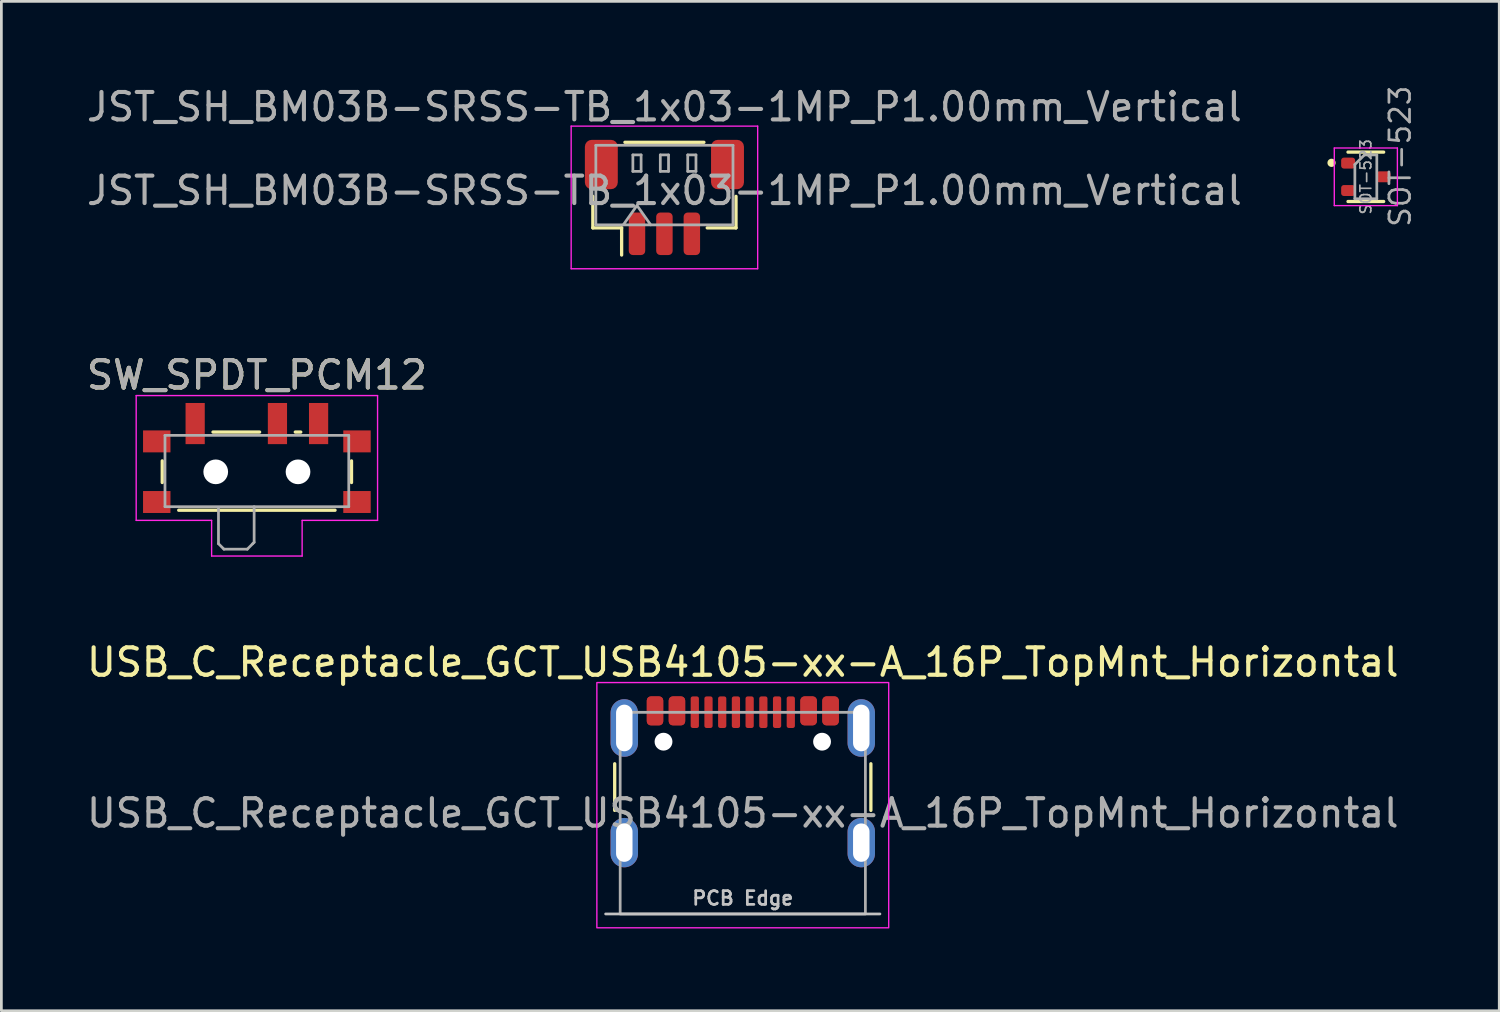
<source format=kicad_pcb>
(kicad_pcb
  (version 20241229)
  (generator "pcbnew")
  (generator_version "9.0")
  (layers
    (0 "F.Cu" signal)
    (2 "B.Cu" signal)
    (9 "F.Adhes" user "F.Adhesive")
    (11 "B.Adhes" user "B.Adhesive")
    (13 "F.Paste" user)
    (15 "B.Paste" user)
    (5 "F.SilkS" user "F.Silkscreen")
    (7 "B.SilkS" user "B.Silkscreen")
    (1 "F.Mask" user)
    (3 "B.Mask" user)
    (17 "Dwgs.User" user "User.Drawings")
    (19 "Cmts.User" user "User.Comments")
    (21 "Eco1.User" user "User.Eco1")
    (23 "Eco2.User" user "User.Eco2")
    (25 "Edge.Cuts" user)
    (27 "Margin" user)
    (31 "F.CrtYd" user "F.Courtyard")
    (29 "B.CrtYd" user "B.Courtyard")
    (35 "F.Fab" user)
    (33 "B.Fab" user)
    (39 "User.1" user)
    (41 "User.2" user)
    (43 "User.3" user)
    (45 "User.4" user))
  (footprint "SOT-523"
    (layer "F.Cu")
    (at 46.745 3.396)
    (property "Reference" "SOT-523" (at 1.25 -0.75 90) (layer "F.Fab") (effects (font (size 0.75 0.75) (thickness 0.1))))
    (attr smd)
    (fp_line (start 0.65 -0.9) (end -0.65 -0.9) (stroke (width 0.12) (type solid)) (layer "F.SilkS"))
    (fp_line (start 0.65 0.9) (end -0.65 0.9) (stroke (width 0.12) (type solid)) (layer "F.SilkS"))
    (fp_circle (center -1.25 -0.51) (end -1.1 -0.51) (stroke (width 0) (type solid)) (fill yes) (layer "F.SilkS"))
    (fp_line (start -1.15 -1.05) (end -1.15 1.05) (stroke (width 0.05) (type solid)) (layer "F.CrtYd"))
    (fp_line (start -1.15 -1.05) (end 1.15 -1.05) (stroke (width 0.05) (type solid)) (layer "F.CrtYd"))
    (fp_line (start 1.15 1.05) (end -1.15 1.05) (stroke (width 0.05) (type solid)) (layer "F.CrtYd"))
    (fp_line (start 1.15 1.05) (end 1.15 -1.05) (stroke (width 0.05) (type solid)) (layer "F.CrtYd"))
    (fp_line (start -0.4 -0.45) (end -0.4 0.8) (stroke (width 0.1) (type solid)) (layer "F.Fab"))
    (fp_line (start -0.4 -0.45) (end -0.05 -0.8) (stroke (width 0.1) (type solid)) (layer "F.Fab"))
    (fp_line (start -0.4 0.8) (end 0.4 0.8) (stroke (width 0.1) (type solid)) (layer "F.Fab"))
    (fp_line (start 0.4 -0.8) (end -0.05 -0.8) (stroke (width 0.1) (type solid)) (layer "F.Fab"))
    (fp_line (start 0.4 0.8) (end 0.4 -0.8) (stroke (width 0.1) (type solid)) (layer "F.Fab"))
    (fp_text user "${REFERENCE}" (at 0 0 90) (layer "F.Fab") (effects (font (size 0.4 0.4) (thickness 0.062))))
    (pad "1" smd roundrect (at -0.645 -0.5 180) (size 0.51 0.4) (layers "F.Cu" "F.Mask" "F.Paste") (roundrect_rratio 0.25))
    (pad "2" smd roundrect (at -0.645 0.5 180) (size 0.51 0.4) (layers "F.Cu" "F.Mask" "F.Paste") (roundrect_rratio 0.25))
    (pad "3" smd roundrect (at 0.645 0 180) (size 0.51 0.4) (layers "F.Cu" "F.Mask" "F.Paste") (roundrect_rratio 0.25)))
  (footprint "SW_SPDT_PCM12"
    (layer "F.Cu")
    (at 6.315 13.822)
    (property "Reference" "SW_SPDT_PCM12" (at 0 -3.2 0) (layer "F.SilkS") (effects (font (size 1 1) (thickness 0.15))))
    (attr smd)
    (fp_line (start -3.45 -0.07) (end -3.45 0.72) (stroke (width 0.12) (type solid)) (layer "F.SilkS"))
    (fp_line (start -2.85 1.73) (end 2.85 1.73) (stroke (width 0.12) (type solid)) (layer "F.SilkS"))
    (fp_line (start -1.6 -1.12) (end 0.1 -1.12) (stroke (width 0.12) (type solid)) (layer "F.SilkS"))
    (fp_line (start 1.4 -1.12) (end 1.6 -1.12) (stroke (width 0.12) (type solid)) (layer "F.SilkS"))
    (fp_line (start 3.45 0.72) (end 3.45 -0.07) (stroke (width 0.12) (type solid)) (layer "F.SilkS"))
    (fp_line (start -4.4 -2.45) (end 4.4 -2.45) (stroke (width 0.05) (type solid)) (layer "F.CrtYd"))
    (fp_line (start -4.4 2.1) (end -4.4 -2.45) (stroke (width 0.05) (type solid)) (layer "F.CrtYd"))
    (fp_line (start -1.65 2.1) (end -4.4 2.1) (stroke (width 0.05) (type solid)) (layer "F.CrtYd"))
    (fp_line (start -1.65 3.4) (end -1.65 2.1) (stroke (width 0.05) (type solid)) (layer "F.CrtYd"))
    (fp_line (start 1.65 2.1) (end 1.65 3.4) (stroke (width 0.05) (type solid)) (layer "F.CrtYd"))
    (fp_line (start 1.65 3.4) (end -1.65 3.4) (stroke (width 0.05) (type solid)) (layer "F.CrtYd"))
    (fp_line (start 4.4 -2.45) (end 4.4 2.1) (stroke (width 0.05) (type solid)) (layer "F.CrtYd"))
    (fp_line (start 4.4 2.1) (end 1.65 2.1) (stroke (width 0.05) (type solid)) (layer "F.CrtYd"))
    (fp_line (start -3.35 -1) (end -3.35 1.6) (stroke (width 0.1) (type solid)) (layer "F.Fab"))
    (fp_line (start -3.35 1.6) (end 3.35 1.6) (stroke (width 0.1) (type solid)) (layer "F.Fab"))
    (fp_line (start -1.4 1.65) (end -1.4 2.95) (stroke (width 0.1) (type solid)) (layer "F.Fab"))
    (fp_line (start -1.4 2.95) (end -1.2 3.15) (stroke (width 0.1) (type solid)) (layer "F.Fab"))
    (fp_line (start -1.2 3.15) (end -0.35 3.15) (stroke (width 0.1) (type solid)) (layer "F.Fab"))
    (fp_line (start -0.35 3.15) (end -0.15 2.95) (stroke (width 0.1) (type solid)) (layer "F.Fab"))
    (fp_line (start -0.15 2.95) (end -0.1 2.9) (stroke (width 0.1) (type solid)) (layer "F.Fab"))
    (fp_line (start -0.1 2.9) (end -0.1 1.6) (stroke (width 0.1) (type solid)) (layer "F.Fab"))
    (fp_line (start 3.35 -1) (end -3.35 -1) (stroke (width 0.1) (type solid)) (layer "F.Fab"))
    (fp_line (start 3.35 1.6) (end 3.35 -1) (stroke (width 0.1) (type solid)) (layer "F.Fab"))
    (fp_text user "${REFERENCE}" (at 0 -3.2 0) (layer "F.Fab") (effects (font (size 1 1) (thickness 0.15))))
    (pad "" smd rect (at -3.65 -0.78) (size 1 0.8) (layers "F.Cu" "F.Mask" "F.Paste"))
    (pad "" smd rect (at -3.65 1.43) (size 1 0.8) (layers "F.Cu" "F.Mask" "F.Paste"))
    (pad "" np_thru_hole circle (at -1.5 0.33) (size 0.9 0.9) (drill 0.9) (layers "*.Cu" "*.Mask"))
    (pad "" np_thru_hole circle (at 1.5 0.33) (size 0.9 0.9) (drill 0.9) (layers "*.Cu" "*.Mask"))
    (pad "" smd rect (at 3.65 -0.78) (size 1 0.8) (layers "F.Cu" "F.Mask" "F.Paste"))
    (pad "" smd rect (at 3.65 1.43) (size 1 0.8) (layers "F.Cu" "F.Mask" "F.Paste"))
    (pad "1" smd rect (at -2.25 -1.43) (size 0.7 1.5) (layers "F.Cu" "F.Mask" "F.Paste"))
    (pad "2" smd rect (at 0.75 -1.43) (size 0.7 1.5) (layers "F.Cu" "F.Mask" "F.Paste"))
    (pad "3" smd rect (at 2.25 -1.43) (size 0.7 1.5) (layers "F.Cu" "F.Mask" "F.Paste")))
  (footprint "USB_C_Receptacle_GCT_USB4105-xx-A_16P_TopMnt_Horizontal"
    (layer "F.Cu")
    (at 24.03 26.595)
    (property "Reference" "USB_C_Receptacle_GCT_USB4105-xx-A_16P_TopMnt_Horizontal" (at 0 -5.5 0) (unlocked yes) (layer "F.SilkS") (effects (font (size 1 1) (thickness 0.15))))
    (attr smd)
    (fp_line (start -4.67 -0.1) (end -4.67 -1.8) (stroke (width 0.12) (type solid)) (layer "F.SilkS"))
    (fp_line (start 4.67 -0.1) (end 4.67 -1.8) (stroke (width 0.12) (type solid)) (layer "F.SilkS"))
    (fp_line (start 5 3.675) (end -5 3.675) (stroke (width 0.1) (type solid)) (layer "Dwgs.User"))
    (fp_rect (start -5.32 -4.76) (end 5.32 4.18) (stroke (width 0.05) (type solid)) (fill no) (layer "F.CrtYd"))
    (fp_rect (start -4.47 -3.675) (end 4.47 3.675) (stroke (width 0.1) (type solid)) (fill no) (layer "F.Fab"))
    (fp_text user "PCB Edge" (at 0 3.1 0) (unlocked yes) (layer "Dwgs.User") (effects (font (size 0.5 0.5) (thickness 0.1))))
    (fp_text user "${REFERENCE}" (at 0 0 0) (unlocked yes) (layer "F.Fab") (effects (font (size 1 1) (thickness 0.15))))
    (pad "" np_thru_hole circle (at -2.89 -2.605) (size 0.65 0.65) (drill 0.65) (layers "*.Cu" "*.Mask"))
    (pad "" np_thru_hole circle (at 2.89 -2.605) (size 0.65 0.65) (drill 0.65) (layers "*.Cu" "*.Mask"))
    (pad "A1" smd roundrect (at -3.2 -3.728) (size 0.6 1.055) (layers "F.Cu" "F.Mask" "F.Paste") (roundrect_rratio 0.25))
    (pad "A4" smd roundrect (at -2.4 -3.728) (size 0.6 1.055) (layers "F.Cu" "F.Mask" "F.Paste") (roundrect_rratio 0.25))
    (pad "A5" smd roundrect (at -1.25 -3.68) (size 0.3 1.15) (layers "F.Cu" "F.Mask" "F.Paste") (roundrect_rratio 0.25))
    (pad "A6" smd roundrect (at -0.25 -3.68) (size 0.3 1.15) (layers "F.Cu" "F.Mask" "F.Paste") (roundrect_rratio 0.25))
    (pad "A7" smd roundrect (at 0.25 -3.68) (size 0.3 1.15) (layers "F.Cu" "F.Mask" "F.Paste") (roundrect_rratio 0.25))
    (pad "A8" smd roundrect (at 1.25 -3.68) (size 0.3 1.15) (layers "F.Cu" "F.Mask" "F.Paste") (roundrect_rratio 0.25))
    (pad "A9" smd roundrect (at 2.4 -3.728) (size 0.6 1.055) (layers "F.Cu" "F.Mask" "F.Paste") (roundrect_rratio 0.25))
    (pad "A12" smd roundrect (at 3.2 -3.728) (size 0.6 1.055) (layers "F.Cu" "F.Mask" "F.Paste") (roundrect_rratio 0.25))
    (pad "B1" smd roundrect (at 3.2 -3.728) (size 0.6 1.055) (layers "F.Cu" "F.Mask" "F.Paste") (roundrect_rratio 0.25))
    (pad "B4" smd roundrect (at 2.4 -3.728) (size 0.6 1.055) (layers "F.Cu" "F.Mask" "F.Paste") (roundrect_rratio 0.25))
    (pad "B5" smd roundrect (at 1.75 -3.68) (size 0.3 1.15) (layers "F.Cu" "F.Mask" "F.Paste") (roundrect_rratio 0.25))
    (pad "B6" smd roundrect (at 0.75 -3.68) (size 0.3 1.15) (layers "F.Cu" "F.Mask" "F.Paste") (roundrect_rratio 0.25))
    (pad "B7" smd roundrect (at -0.75 -3.68) (size 0.3 1.15) (layers "F.Cu" "F.Mask" "F.Paste") (roundrect_rratio 0.25))
    (pad "B8" smd roundrect (at -1.75 -3.68) (size 0.3 1.15) (layers "F.Cu" "F.Mask" "F.Paste") (roundrect_rratio 0.25))
    (pad "B9" smd roundrect (at -2.4 -3.728) (size 0.6 1.055) (layers "F.Cu" "F.Mask" "F.Paste") (roundrect_rratio 0.25))
    (pad "B12" smd roundrect (at -3.2 -3.728) (size 0.6 1.055) (layers "F.Cu" "F.Mask" "F.Paste") (roundrect_rratio 0.25))
    (pad "S1" thru_hole oval (at -4.32 -3.105) (size 1 2.1) (drill oval 0.6 1.7) (layers "*.Cu" "*.Mask" "F.Paste"))
    (pad "S1" thru_hole oval (at -4.32 1.075) (size 1 1.8) (drill oval 0.6 1.4) (layers "*.Cu" "*.Mask" "F.Paste"))
    (pad "S1" thru_hole oval (at 4.32 -3.105) (size 1 2.1) (drill oval 0.6 1.7) (layers "*.Cu" "*.Mask" "F.Paste"))
    (pad "S1" thru_hole oval (at 4.32 1.075) (size 1 1.8) (drill oval 0.6 1.4) (layers "*.Cu" "*.Mask" "F.Paste")))
  (footprint "JST_SH_BM03B-SRSS-TB_1x03-1MP_P1.00mm_Vertical"
    (layer "F.Cu")
    (at 21.173 4.148)
    (property "Reference" "JST_SH_BM03B-SRSS-TB_1x03-1MP_P1.00mm_Vertical" (at 0 -3.3 0) (layer "F.Fab") (effects (font (size 1 1) (thickness 0.15))))
    (attr smd)
    (fp_line (start -2.61 -0.04) (end -2.61 1.11) (stroke (width 0.12) (type solid)) (layer "F.SilkS"))
    (fp_line (start -2.61 1.11) (end -1.56 1.11) (stroke (width 0.12) (type solid)) (layer "F.SilkS"))
    (fp_line (start -1.56 1.11) (end -1.56 2.1) (stroke (width 0.12) (type solid)) (layer "F.SilkS"))
    (fp_line (start -1.44 -2.01) (end 1.44 -2.01) (stroke (width 0.12) (type solid)) (layer "F.SilkS"))
    (fp_line (start 2.61 -0.04) (end 2.61 1.11) (stroke (width 0.12) (type solid)) (layer "F.SilkS"))
    (fp_line (start 2.61 1.11) (end 1.56 1.11) (stroke (width 0.12) (type solid)) (layer "F.SilkS"))
    (fp_line (start -3.4 -2.6) (end -3.4 2.6) (stroke (width 0.05) (type solid)) (layer "F.CrtYd"))
    (fp_line (start -3.4 2.6) (end 3.4 2.6) (stroke (width 0.05) (type solid)) (layer "F.CrtYd"))
    (fp_line (start 3.4 -2.6) (end -3.4 -2.6) (stroke (width 0.05) (type solid)) (layer "F.CrtYd"))
    (fp_line (start 3.4 2.6) (end 3.4 -2.6) (stroke (width 0.05) (type solid)) (layer "F.CrtYd"))
    (fp_line (start -2.5 -1.9) (end 2.5 -1.9) (stroke (width 0.1) (type solid)) (layer "F.Fab"))
    (fp_line (start -2.5 1) (end -2.5 -1.9) (stroke (width 0.1) (type solid)) (layer "F.Fab"))
    (fp_line (start -2.5 1) (end 2.5 1) (stroke (width 0.1) (type solid)) (layer "F.Fab"))
    (fp_line (start -1.5 1) (end -1 0.293) (stroke (width 0.1) (type solid)) (layer "F.Fab"))
    (fp_line (start -1.15 -1.55) (end -1.15 -0.95) (stroke (width 0.1) (type solid)) (layer "F.Fab"))
    (fp_line (start -1.15 -0.95) (end -0.85 -0.95) (stroke (width 0.1) (type solid)) (layer "F.Fab"))
    (fp_line (start -1 0.293) (end -0.5 1) (stroke (width 0.1) (type solid)) (layer "F.Fab"))
    (fp_line (start -0.85 -1.55) (end -1.15 -1.55) (stroke (width 0.1) (type solid)) (layer "F.Fab"))
    (fp_line (start -0.85 -0.95) (end -0.85 -1.55) (stroke (width 0.1) (type solid)) (layer "F.Fab"))
    (fp_line (start -0.15 -1.55) (end -0.15 -0.95) (stroke (width 0.1) (type solid)) (layer "F.Fab"))
    (fp_line (start -0.15 -0.95) (end 0.15 -0.95) (stroke (width 0.1) (type solid)) (layer "F.Fab"))
    (fp_line (start 0.15 -1.55) (end -0.15 -1.55) (stroke (width 0.1) (type solid)) (layer "F.Fab"))
    (fp_line (start 0.15 -0.95) (end 0.15 -1.55) (stroke (width 0.1) (type solid)) (layer "F.Fab"))
    (fp_line (start 0.85 -1.55) (end 0.85 -0.95) (stroke (width 0.1) (type solid)) (layer "F.Fab"))
    (fp_line (start 0.85 -0.95) (end 1.15 -0.95) (stroke (width 0.1) (type solid)) (layer "F.Fab"))
    (fp_line (start 1.15 -1.55) (end 0.85 -1.55) (stroke (width 0.1) (type solid)) (layer "F.Fab"))
    (fp_line (start 1.15 -0.95) (end 1.15 -1.55) (stroke (width 0.1) (type solid)) (layer "F.Fab"))
    (fp_line (start 2.5 1) (end 2.5 -1.9) (stroke (width 0.1) (type solid)) (layer "F.Fab"))
    (fp_text user "${REFERENCE}" (at 0 -0.25 0) (layer "F.Fab") (effects (font (size 1 1) (thickness 0.15))))
    (pad "1" smd roundrect (at -1 1.325) (size 0.6 1.55) (layers "F.Cu" "F.Mask" "F.Paste") (roundrect_rratio 0.25))
    (pad "2" smd roundrect (at 0 1.325) (size 0.6 1.55) (layers "F.Cu" "F.Mask" "F.Paste") (roundrect_rratio 0.25))
    (pad "3" smd roundrect (at 1 1.325) (size 0.6 1.55) (layers "F.Cu" "F.Mask" "F.Paste") (roundrect_rratio 0.25))
    (pad "MP" smd roundrect (at -2.3 -1.2) (size 1.2 1.8) (layers "F.Cu" "F.Mask" "F.Paste") (roundrect_rratio 0.208))
    (pad "MP" smd roundrect (at 2.3 -1.2) (size 1.2 1.8) (layers "F.Cu" "F.Mask" "F.Paste") (roundrect_rratio 0.208)))
  (gr_rect
    (start -3 -3)
    (end 51.609 33.8)
    (stroke (width 0.1) (type default))
    (fill no)
    (layer "Edge.Cuts")))
</source>
